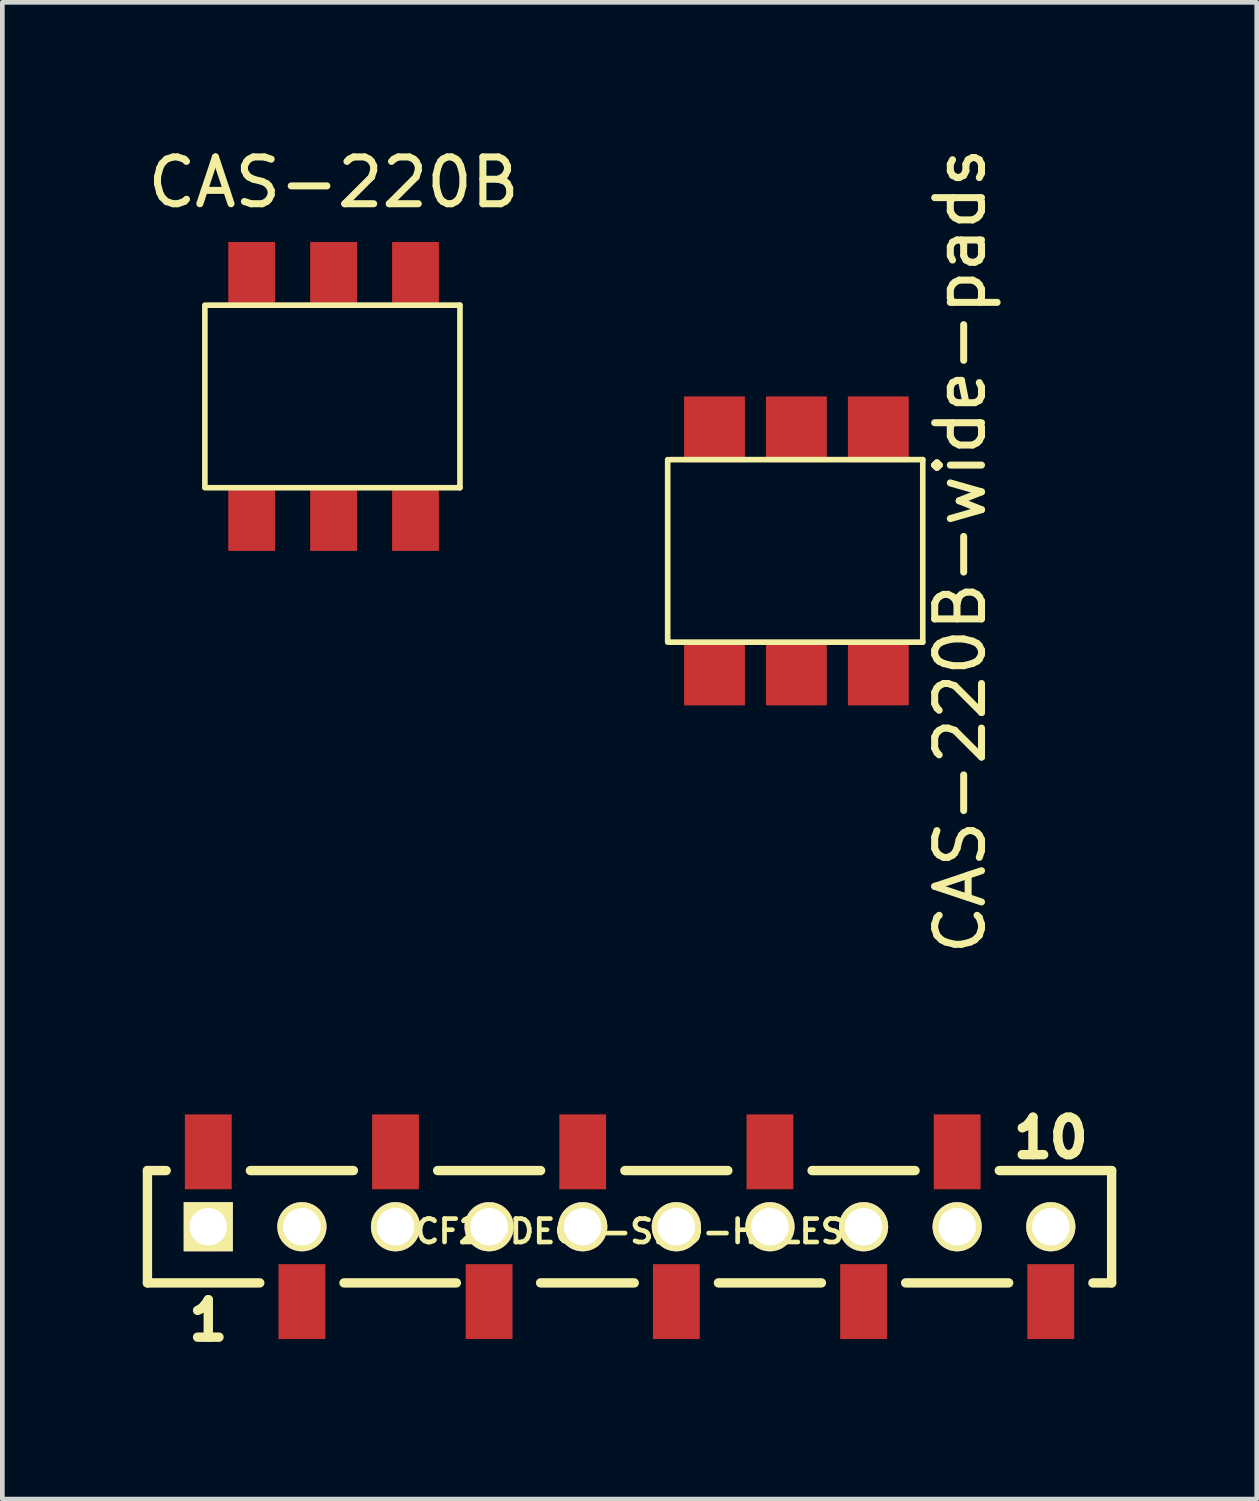
<source format=kicad_pcb>
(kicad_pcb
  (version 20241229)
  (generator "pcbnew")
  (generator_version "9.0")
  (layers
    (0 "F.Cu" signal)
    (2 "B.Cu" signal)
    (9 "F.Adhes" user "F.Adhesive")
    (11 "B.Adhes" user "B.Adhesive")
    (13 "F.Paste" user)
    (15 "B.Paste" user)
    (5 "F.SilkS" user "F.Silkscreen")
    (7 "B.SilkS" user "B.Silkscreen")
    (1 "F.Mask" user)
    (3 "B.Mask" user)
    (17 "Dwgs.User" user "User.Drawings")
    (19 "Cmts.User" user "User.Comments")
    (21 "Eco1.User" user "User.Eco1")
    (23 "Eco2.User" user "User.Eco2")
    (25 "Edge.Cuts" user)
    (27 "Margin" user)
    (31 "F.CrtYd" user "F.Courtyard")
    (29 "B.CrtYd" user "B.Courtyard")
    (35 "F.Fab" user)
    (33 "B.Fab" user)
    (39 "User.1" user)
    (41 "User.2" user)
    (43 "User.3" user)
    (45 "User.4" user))
  (footprint "CAS-220B-wide-pads"
    (layer "F.Cu")
    (at 13.965 8.72)
    (property "Reference" "CAS-220B-wide-pads" (at 3.5 0 270) (layer "F.SilkS") (effects (font (size 1 1) (thickness 0.15))))
    (attr through_hole)
    (fp_line (start -2.75 1.95) (end -2.75 -1.95) (stroke (width 0.12) (type solid)) (layer "F.SilkS"))
    (fp_line (start -2.7 -1.95) (end 2.7 -1.95) (stroke (width 0.12) (type solid)) (layer "F.SilkS"))
    (fp_line (start -2.7 1.95) (end 2.7 1.95) (stroke (width 0.12) (type solid)) (layer "F.SilkS"))
    (fp_line (start 2.7 -1.95) (end 2.7 1.95) (stroke (width 0.12) (type solid)) (layer "F.SilkS"))
    (pad "1" smd rect (at -1.75 2.65) (size 1.3 1.3) (layers "F.Cu" "F.Mask" "F.Paste"))
    (pad "2" smd rect (at 0 2.65) (size 1.3 1.3) (layers "F.Cu" "F.Mask" "F.Paste"))
    (pad "3" smd rect (at 1.75 2.65) (size 1.3 1.3) (layers "F.Cu" "F.Mask" "F.Paste"))
    (pad "4" smd rect (at -1.75 -2.65) (size 1.3 1.3) (layers "F.Cu" "F.Mask" "F.Paste"))
    (pad "5" smd rect (at 0 -2.65) (size 1.3 1.3) (layers "F.Cu" "F.Mask" "F.Paste"))
    (pad "6" smd rect (at 1.75 -2.65) (size 1.3 1.3) (layers "F.Cu" "F.Mask" "F.Paste")))
  (footprint "CF2-DECK-SMD-HOLES"
    (layer "F.Cu")
    (at 10.4 23.159)
    (property "Reference" "CF2-DECK-SMD-HOLES" (at 0 0.1 0) (layer "F.SilkS") (effects (font (size 0.5 0.5) (thickness 0.1))))
    (attr smd)
    (fp_line (start -10.3 -1.2) (end -10.3 1.2) (stroke (width 0.2) (type solid)) (layer "F.SilkS"))
    (fp_line (start -10.3 -1.2) (end -9.9 -1.2) (stroke (width 0.2) (type solid)) (layer "F.SilkS"))
    (fp_line (start -10.3 1.2) (end -7.9 1.2) (stroke (width 0.2) (type solid)) (layer "F.SilkS"))
    (fp_line (start -8.1 -1.2) (end -5.9 -1.2) (stroke (width 0.2) (type solid)) (layer "F.SilkS"))
    (fp_line (start -6.1 1.2) (end -3.7 1.2) (stroke (width 0.2) (type solid)) (layer "F.SilkS"))
    (fp_line (start -4.1 -1.2) (end -1.9 -1.2) (stroke (width 0.2) (type solid)) (layer "F.SilkS"))
    (fp_line (start -1.9 1.2) (end 0.1 1.2) (stroke (width 0.2) (type solid)) (layer "F.SilkS"))
    (fp_line (start -0.1 -1.2) (end 2.1 -1.2) (stroke (width 0.2) (type solid)) (layer "F.SilkS"))
    (fp_line (start 1.9 1.2) (end 4.1 1.2) (stroke (width 0.2) (type solid)) (layer "F.SilkS"))
    (fp_line (start 3.9 -1.2) (end 6.1 -1.2) (stroke (width 0.2) (type solid)) (layer "F.SilkS"))
    (fp_line (start 5.9 1.2) (end 8.1 1.2) (stroke (width 0.2) (type solid)) (layer "F.SilkS"))
    (fp_line (start 7.9 -1.2) (end 10.3 -1.2) (stroke (width 0.2) (type solid)) (layer "F.SilkS"))
    (fp_line (start 10.3 -1.2) (end 10.3 1.2) (stroke (width 0.2) (type solid)) (layer "F.SilkS"))
    (fp_line (start 10.3 1.2) (end 9.9 1.2) (stroke (width 0.2) (type solid)) (layer "F.SilkS"))
    (fp_text user "10" (at 9 -1.9 0) (layer "F.SilkS") (effects (font (size 0.8 0.8) (thickness 0.2))))
    (fp_text user "1" (at -9 2 0) (layer "F.SilkS") (effects (font (size 0.8 0.8) (thickness 0.2))))
    (pad "1" smd rect (at -9 -1.6) (size 1 1.6) (layers "F.Cu" "F.Mask" "F.Paste"))
    (pad "1" smd circle (at -9 0) (size 1.05 1.05) (layers "F.Cu" "F.Mask"))
    (pad "1" thru_hole rect (at -9 0) (size 1.05 1.05) (drill 0.8) (layers "*.Cu" "B.Mask" "F.SilkS"))
    (pad "2" smd circle (at -7 0) (size 1.05 1.05) (layers "F.Cu" "F.Mask"))
    (pad "2" thru_hole circle (at -7 0) (size 1.05 1.05) (drill 0.8) (layers "*.Cu" "B.Mask" "F.SilkS"))
    (pad "2" smd rect (at -7 1.6) (size 1 1.6) (layers "F.Cu" "F.Mask" "F.Paste"))
    (pad "3" smd rect (at -5 -1.6) (size 1 1.6) (layers "F.Cu" "F.Mask" "F.Paste"))
    (pad "3" smd circle (at -5 0) (size 1.05 1.05) (layers "F.Cu" "F.Mask"))
    (pad "3" thru_hole circle (at -5 0) (size 1.05 1.05) (drill 0.8) (layers "*.Cu" "B.Mask" "F.SilkS"))
    (pad "4" smd circle (at -3 0) (size 1.05 1.05) (layers "F.Cu" "F.Mask"))
    (pad "4" thru_hole circle (at -3 0) (size 1.05 1.05) (drill 0.8) (layers "*.Cu" "B.Mask" "F.SilkS"))
    (pad "4" smd rect (at -3 1.6) (size 1 1.6) (layers "F.Cu" "F.Mask" "F.Paste"))
    (pad "5" smd rect (at -1 -1.6) (size 1 1.6) (layers "F.Cu" "F.Mask" "F.Paste"))
    (pad "5" smd circle (at -1 0) (size 1.05 1.05) (layers "F.Cu" "F.Mask"))
    (pad "5" thru_hole circle (at -1 0) (size 1.05 1.05) (drill 0.8) (layers "*.Cu" "B.Mask" "F.SilkS"))
    (pad "6" smd circle (at 1 0) (size 1.05 1.05) (layers "F.Cu" "F.Mask"))
    (pad "6" thru_hole circle (at 1 0) (size 1.05 1.05) (drill 0.8) (layers "*.Cu" "B.Mask" "F.SilkS"))
    (pad "6" smd rect (at 1 1.6) (size 1 1.6) (layers "F.Cu" "F.Mask" "F.Paste"))
    (pad "7" smd rect (at 3 -1.6) (size 1 1.6) (layers "F.Cu" "F.Mask" "F.Paste"))
    (pad "7" smd circle (at 3 0) (size 1.05 1.05) (layers "F.Cu" "F.Mask"))
    (pad "7" thru_hole circle (at 3 0) (size 1.05 1.05) (drill 0.8) (layers "*.Cu" "B.Mask" "F.SilkS"))
    (pad "8" smd circle (at 5 0) (size 1.05 1.05) (layers "F.Cu" "F.Mask"))
    (pad "8" thru_hole circle (at 5 0) (size 1.05 1.05) (drill 0.8) (layers "*.Cu" "B.Mask" "F.SilkS"))
    (pad "8" smd rect (at 5 1.6) (size 1 1.6) (layers "F.Cu" "F.Mask" "F.Paste"))
    (pad "9" smd rect (at 7 -1.6) (size 1 1.6) (layers "F.Cu" "F.Mask" "F.Paste"))
    (pad "9" smd circle (at 7 0) (size 1.05 1.05) (layers "F.Cu" "F.Mask"))
    (pad "9" thru_hole circle (at 7 0) (size 1.05 1.05) (drill 0.8) (layers "*.Cu" "B.Mask" "F.SilkS"))
    (pad "10" smd circle (at 9 0) (size 1.05 1.05) (layers "F.Cu" "F.Mask"))
    (pad "10" thru_hole circle (at 9 0) (size 1.05 1.05) (drill 0.8) (layers "*.Cu" "B.Mask" "F.SilkS"))
    (pad "10" smd rect (at 9 1.6) (size 1 1.6) (layers "F.Cu" "F.Mask" "F.Paste")))
  (footprint "CAS-220B"
    (layer "F.Cu")
    (at 4.077 5.42)
    (property "Reference" "CAS-220B" (at 0 -4.572 0) (layer "F.SilkS") (effects (font (size 1 1) (thickness 0.15))))
    (attr through_hole)
    (fp_line (start -2.75 1.95) (end -2.75 -1.95) (stroke (width 0.12) (type solid)) (layer "F.SilkS"))
    (fp_line (start -2.7 -1.95) (end 2.7 -1.95) (stroke (width 0.12) (type solid)) (layer "F.SilkS"))
    (fp_line (start -2.7 1.95) (end 2.7 1.95) (stroke (width 0.12) (type solid)) (layer "F.SilkS"))
    (fp_line (start 2.7 -1.95) (end 2.7 1.95) (stroke (width 0.12) (type solid)) (layer "F.SilkS"))
    (pad "1" smd rect (at -1.75 2.65) (size 1 1.3) (layers "F.Cu" "F.Mask" "F.Paste"))
    (pad "2" smd rect (at 0 2.65) (size 1 1.3) (layers "F.Cu" "F.Mask" "F.Paste"))
    (pad "3" smd rect (at 1.75 2.65) (size 1 1.3) (layers "F.Cu" "F.Mask" "F.Paste"))
    (pad "4" smd rect (at -1.75 -2.65) (size 1 1.3) (layers "F.Cu" "F.Mask" "F.Paste"))
    (pad "5" smd rect (at 0 -2.65) (size 1 1.3) (layers "F.Cu" "F.Mask" "F.Paste"))
    (pad "6" smd rect (at 1.75 -2.65) (size 1 1.3) (layers "F.Cu" "F.Mask" "F.Paste")))
  (gr_rect
    (start -3 -3)
    (end 23.8 28.978)
    (stroke (width 0.1) (type default))
    (fill no)
    (layer "Edge.Cuts")))
</source>
